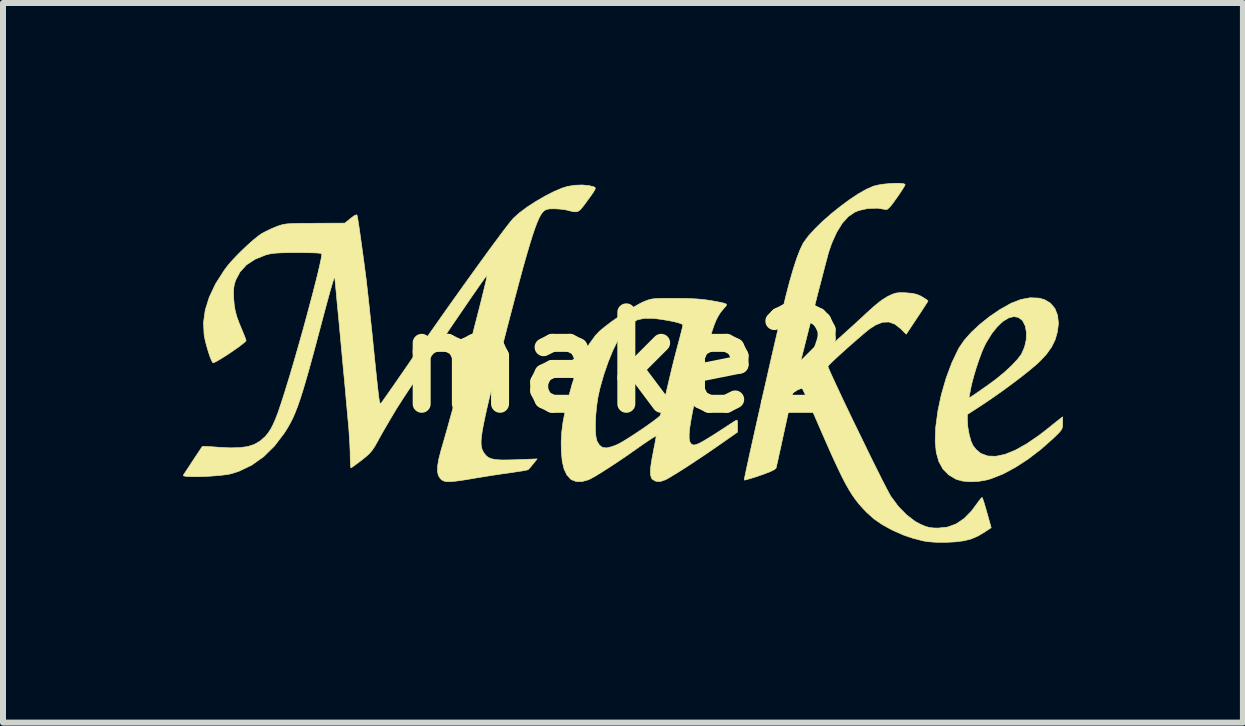
<source format=kicad_pcb>
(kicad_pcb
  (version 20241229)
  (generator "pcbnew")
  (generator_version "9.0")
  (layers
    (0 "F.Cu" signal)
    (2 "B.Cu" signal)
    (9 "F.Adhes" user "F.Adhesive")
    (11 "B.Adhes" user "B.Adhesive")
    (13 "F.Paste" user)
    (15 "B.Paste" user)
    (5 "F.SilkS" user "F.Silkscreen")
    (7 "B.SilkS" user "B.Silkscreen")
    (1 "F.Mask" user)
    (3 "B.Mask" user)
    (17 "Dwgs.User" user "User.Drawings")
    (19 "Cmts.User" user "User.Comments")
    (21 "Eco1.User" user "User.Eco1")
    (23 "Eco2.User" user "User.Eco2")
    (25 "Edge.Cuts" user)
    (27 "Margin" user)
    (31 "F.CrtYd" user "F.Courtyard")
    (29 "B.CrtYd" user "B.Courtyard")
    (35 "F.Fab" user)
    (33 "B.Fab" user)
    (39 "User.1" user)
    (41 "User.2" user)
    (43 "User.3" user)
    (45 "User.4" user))
  (footprint "make2"
    (layer "F.Cu")
    (at 7.317 2.991)
    (property "Reference" "make2" (at 0 0 0) (layer "F.SilkS") (effects (font (size 1.524 1.524) (thickness 0.3))))
    (attr through_hole)
    (fp_poly (pts (xy 6.949 -1.072) (xy 7.04 -1.048) (xy 7.141 -0.988) (xy 7.216 -0.899) (xy 7.261 -0.785) (xy 7.275 -0.65) (xy 7.259 -0.515) (xy 7.221 -0.38) (xy 7.161 -0.257) (xy 7.075 -0.137) (xy 6.966 -0.02) (xy 6.887 0.052) (xy 6.779 0.142) (xy 6.649 0.245) (xy 6.502 0.356) (xy 6.346 0.471) (xy 6.187 0.583) (xy 6.031 0.689) (xy 5.941 0.748) (xy 5.757 0.867) (xy 5.757 0.959) (xy 5.765 1.078) (xy 5.787 1.202) (xy 5.818 1.313) (xy 5.849 1.383) (xy 5.899 1.448) (xy 5.967 1.506) (xy 5.985 1.518) (xy 6.098 1.56) (xy 6.231 1.564) (xy 6.383 1.533) (xy 6.554 1.464) (xy 6.742 1.359) (xy 6.949 1.218) (xy 7.099 1.102) (xy 7.171 1.044) (xy 7.237 0.991) (xy 7.285 0.953) (xy 7.295 0.945) (xy 7.345 0.907) (xy 7.345 1.012) (xy 7.344 1.06) (xy 7.336 1.098) (xy 7.316 1.134) (xy 7.279 1.177) (xy 7.219 1.236) (xy 7.191 1.263) (xy 6.982 1.448) (xy 6.769 1.611) (xy 6.556 1.749) (xy 6.351 1.859) (xy 6.157 1.936) (xy 6.086 1.957) (xy 5.946 1.982) (xy 5.804 1.989) (xy 5.674 1.977) (xy 5.569 1.947) (xy 5.567 1.946) (xy 5.445 1.873) (xy 5.35 1.776) (xy 5.282 1.653) (xy 5.239 1.501) (xy 5.221 1.319) (xy 5.228 1.103) (xy 5.231 1.069) (xy 5.267 0.802) (xy 5.311 0.594) (xy 5.783 0.594) (xy 5.839 0.559) (xy 5.878 0.533) (xy 5.943 0.489) (xy 6.023 0.432) (xy 6.107 0.374) (xy 6.248 0.269) (xy 6.38 0.16) (xy 6.495 0.053) (xy 6.588 -0.045) (xy 6.652 -0.128) (xy 6.659 -0.139) (xy 6.71 -0.254) (xy 6.738 -0.377) (xy 6.742 -0.499) (xy 6.722 -0.609) (xy 6.678 -0.695) (xy 6.674 -0.7) (xy 6.608 -0.751) (xy 6.53 -0.764) (xy 6.444 -0.742) (xy 6.352 -0.686) (xy 6.259 -0.6) (xy 6.166 -0.484) (xy 6.078 -0.342) (xy 6.047 -0.285) (xy 6.003 -0.186) (xy 5.955 -0.058) (xy 5.907 0.084) (xy 5.864 0.227) (xy 5.829 0.359) (xy 5.814 0.43) (xy 5.783 0.594) (xy 5.311 0.594) (xy 5.326 0.528) (xy 5.404 0.259) (xy 5.499 0.005) (xy 5.606 -0.219) (xy 5.619 -0.243) (xy 5.705 -0.369) (xy 5.823 -0.502) (xy 5.967 -0.636) (xy 6.129 -0.765) (xy 6.301 -0.882) (xy 6.477 -0.981) (xy 6.49 -0.988) (xy 6.649 -1.049) (xy 6.804 -1.078) (xy 6.949 -1.072)) (stroke (width 0.01) (type solid)) (fill yes) (layer "F.SilkS"))
    (fp_poly (pts (xy 0.889 -1.068) (xy 1.081 -1.066) (xy 1.239 -1.059) (xy 1.371 -1.047) (xy 1.482 -1.031) (xy 1.596 -1.01) (xy 1.674 -0.994) (xy 1.721 -0.981) (xy 1.742 -0.968) (xy 1.741 -0.952) (xy 1.726 -0.931) (xy 1.709 -0.913) (xy 1.668 -0.865) (xy 1.63 -0.815) (xy 1.596 -0.758) (xy 1.563 -0.69) (xy 1.531 -0.608) (xy 1.497 -0.508) (xy 1.461 -0.386) (xy 1.422 -0.238) (xy 1.377 -0.059) (xy 1.327 0.153) (xy 1.273 0.381) (xy 1.221 0.613) (xy 1.179 0.807) (xy 1.149 0.967) (xy 1.129 1.094) (xy 1.12 1.194) (xy 1.12 1.267) (xy 1.129 1.317) (xy 1.143 1.344) (xy 1.16 1.362) (xy 1.18 1.374) (xy 1.206 1.376) (xy 1.241 1.368) (xy 1.289 1.348) (xy 1.354 1.313) (xy 1.439 1.262) (xy 1.548 1.194) (xy 1.684 1.106) (xy 1.852 0.996) (xy 1.879 0.979) (xy 1.907 0.962) (xy 1.921 0.966) (xy 1.926 0.998) (xy 1.926 1.055) (xy 1.926 1.162) (xy 1.582 1.402) (xy 1.425 1.51) (xy 1.267 1.616) (xy 1.117 1.715) (xy 0.979 1.804) (xy 0.859 1.878) (xy 0.765 1.934) (xy 0.724 1.956) (xy 0.641 1.984) (xy 0.566 1.981) (xy 0.509 1.95) (xy 0.492 1.926) (xy 0.478 1.882) (xy 0.474 1.818) (xy 0.481 1.73) (xy 0.499 1.612) (xy 0.528 1.459) (xy 0.531 1.442) (xy 0.549 1.355) (xy 0.562 1.283) (xy 0.57 1.237) (xy 0.572 1.226) (xy 0.555 1.232) (xy 0.51 1.258) (xy 0.442 1.303) (xy 0.356 1.361) (xy 0.28 1.414) (xy 0.114 1.531) (xy -0.046 1.64) (xy -0.194 1.738) (xy -0.325 1.822) (xy -0.434 1.889) (xy -0.518 1.936) (xy -0.558 1.956) (xy -0.664 1.985) (xy -0.762 1.985) (xy -0.841 1.955) (xy -0.852 1.948) (xy -0.918 1.876) (xy -0.965 1.777) (xy -0.996 1.646) (xy -1.011 1.479) (xy -1.011 1.478) (xy -1.013 1.319) (xy -1.004 1.162) (xy -0.985 1.011) (xy -0.443 1.011) (xy -0.442 1.136) (xy -0.434 1.238) (xy -0.417 1.31) (xy -0.414 1.316) (xy -0.373 1.382) (xy -0.322 1.418) (xy -0.254 1.425) (xy -0.164 1.403) (xy -0.085 1.372) (xy -0.031 1.345) (xy 0.046 1.3) (xy 0.137 1.243) (xy 0.238 1.177) (xy 0.34 1.109) (xy 0.437 1.041) (xy 0.523 0.98) (xy 0.589 0.929) (xy 0.63 0.894) (xy 0.638 0.883) (xy 0.649 0.851) (xy 0.668 0.784) (xy 0.692 0.69) (xy 0.719 0.577) (xy 0.749 0.45) (xy 0.752 0.438) (xy 0.788 0.283) (xy 0.828 0.115) (xy 0.869 -0.051) (xy 0.908 -0.2) (xy 0.93 -0.285) (xy 0.96 -0.396) (xy 0.985 -0.493) (xy 1.004 -0.569) (xy 1.014 -0.616) (xy 1.016 -0.626) (xy 0.996 -0.641) (xy 0.943 -0.66) (xy 0.864 -0.68) (xy 0.767 -0.699) (xy 0.66 -0.717) (xy 0.553 -0.731) (xy 0.522 -0.734) (xy 0.378 -0.736) (xy 0.26 -0.711) (xy 0.157 -0.656) (xy 0.085 -0.592) (xy 0.005 -0.492) (xy -0.076 -0.356) (xy -0.157 -0.189) (xy -0.234 0.003) (xy -0.306 0.213) (xy -0.369 0.437) (xy -0.373 0.455) (xy -0.401 0.585) (xy -0.422 0.726) (xy -0.436 0.871) (xy -0.443 1.011) (xy -0.985 1.011) (xy -0.983 0.997) (xy -0.947 0.813) (xy -0.906 0.635) (xy -0.828 0.352) (xy -0.741 0.099) (xy -0.647 -0.12) (xy -0.547 -0.304) (xy -0.442 -0.449) (xy -0.373 -0.521) (xy -0.284 -0.595) (xy -0.172 -0.68) (xy -0.047 -0.767) (xy 0.081 -0.852) (xy 0.202 -0.927) (xy 0.308 -0.986) (xy 0.369 -1.015) (xy 0.417 -1.034) (xy 0.46 -1.048) (xy 0.507 -1.058) (xy 0.565 -1.064) (xy 0.642 -1.067) (xy 0.746 -1.068) (xy 0.884 -1.068) (xy 0.889 -1.068)) (stroke (width 0.01) (type solid)) (fill yes) (layer "F.SilkS"))
    (fp_poly (pts (xy 4.63 -2.986) (xy 4.689 -2.98) (xy 4.719 -2.969) (xy 4.72 -2.965) (xy 4.709 -2.94) (xy 4.678 -2.889) (xy 4.632 -2.819) (xy 4.579 -2.742) (xy 4.509 -2.644) (xy 4.456 -2.581) (xy 4.42 -2.551) (xy 4.405 -2.548) (xy 4.256 -2.571) (xy 4.099 -2.566) (xy 3.95 -2.533) (xy 3.883 -2.506) (xy 3.773 -2.432) (xy 3.671 -2.319) (xy 3.578 -2.168) (xy 3.495 -1.984) (xy 3.45 -1.852) (xy 3.436 -1.805) (xy 3.415 -1.725) (xy 3.386 -1.617) (xy 3.352 -1.485) (xy 3.313 -1.335) (xy 3.27 -1.171) (xy 3.226 -0.997) (xy 3.181 -0.819) (xy 3.136 -0.642) (xy 3.092 -0.469) (xy 3.051 -0.306) (xy 3.014 -0.158) (xy 2.982 -0.029) (xy 2.956 0.077) (xy 2.938 0.153) (xy 2.929 0.196) (xy 2.928 0.204) (xy 2.944 0.192) (xy 2.988 0.155) (xy 3.055 0.098) (xy 3.141 0.023) (xy 3.241 -0.066) (xy 3.352 -0.165) (xy 3.469 -0.269) (xy 3.589 -0.377) (xy 3.706 -0.483) (xy 3.818 -0.584) (xy 3.919 -0.676) (xy 4.006 -0.756) (xy 4.074 -0.82) (xy 4.075 -0.821) (xy 4.212 -0.944) (xy 4.327 -1.036) (xy 4.424 -1.097) (xy 4.438 -1.104) (xy 4.51 -1.138) (xy 4.568 -1.156) (xy 4.627 -1.163) (xy 4.706 -1.162) (xy 4.738 -1.16) (xy 4.84 -1.151) (xy 4.916 -1.134) (xy 4.982 -1.105) (xy 5.003 -1.093) (xy 5.058 -1.059) (xy 5.093 -1.034) (xy 5.101 -1.026) (xy 5.09 -1.005) (xy 5.059 -0.957) (xy 5.013 -0.885) (xy 4.955 -0.797) (xy 4.919 -0.743) (xy 4.738 -0.47) (xy 4.646 -0.562) (xy 4.549 -0.638) (xy 4.45 -0.674) (xy 4.344 -0.67) (xy 4.23 -0.625) (xy 4.134 -0.564) (xy 4.082 -0.523) (xy 4.011 -0.464) (xy 3.927 -0.391) (xy 3.834 -0.311) (xy 3.74 -0.227) (xy 3.649 -0.145) (xy 3.567 -0.07) (xy 3.5 -0.007) (xy 3.454 0.039) (xy 3.433 0.063) (xy 3.433 0.064) (xy 3.44 0.087) (xy 3.464 0.145) (xy 3.503 0.231) (xy 3.555 0.344) (xy 3.617 0.477) (xy 3.688 0.628) (xy 3.766 0.791) (xy 3.848 0.963) (xy 3.934 1.139) (xy 4.02 1.316) (xy 4.104 1.489) (xy 4.185 1.654) (xy 4.261 1.806) (xy 4.329 1.943) (xy 4.388 2.058) (xy 4.436 2.149) (xy 4.469 2.211) (xy 4.481 2.231) (xy 4.606 2.4) (xy 4.744 2.541) (xy 4.888 2.651) (xy 4.968 2.694) (xy 5.055 2.732) (xy 5.126 2.752) (xy 5.205 2.76) (xy 5.271 2.761) (xy 5.428 2.744) (xy 5.57 2.692) (xy 5.701 2.604) (xy 5.825 2.478) (xy 5.91 2.364) (xy 5.953 2.305) (xy 5.986 2.264) (xy 6.004 2.251) (xy 6.005 2.251) (xy 6.014 2.275) (xy 6.033 2.331) (xy 6.057 2.411) (xy 6.084 2.507) (xy 6.085 2.508) (xy 6.154 2.755) (xy 6.045 2.827) (xy 5.932 2.894) (xy 5.82 2.942) (xy 5.697 2.973) (xy 5.553 2.991) (xy 5.419 2.998) (xy 5.24 2.998) (xy 5.099 2.988) (xy 5.019 2.974) (xy 4.848 2.93) (xy 4.697 2.879) (xy 4.544 2.812) (xy 4.501 2.792) (xy 4.337 2.702) (xy 4.2 2.608) (xy 4.076 2.496) (xy 4.004 2.42) (xy 3.947 2.355) (xy 3.894 2.287) (xy 3.841 2.213) (xy 3.788 2.128) (xy 3.732 2.03) (xy 3.672 1.915) (xy 3.606 1.778) (xy 3.531 1.618) (xy 3.446 1.429) (xy 3.349 1.209) (xy 3.238 0.954) (xy 3.224 0.921) (xy 3.167 0.79) (xy 3.115 0.671) (xy 3.071 0.571) (xy 3.036 0.496) (xy 3.014 0.45) (xy 3.007 0.438) (xy 2.98 0.437) (xy 2.934 0.455) (xy 2.917 0.464) (xy 2.844 0.508) (xy 2.711 1.116) (xy 2.677 1.272) (xy 2.646 1.416) (xy 2.618 1.542) (xy 2.596 1.644) (xy 2.579 1.717) (xy 2.57 1.756) (xy 2.569 1.76) (xy 2.544 1.784) (xy 2.478 1.817) (xy 2.374 1.858) (xy 2.304 1.882) (xy 2.207 1.915) (xy 2.125 1.94) (xy 2.067 1.956) (xy 2.039 1.961) (xy 2.038 1.961) (xy 2.041 1.939) (xy 2.053 1.88) (xy 2.072 1.788) (xy 2.099 1.665) (xy 2.131 1.517) (xy 2.169 1.347) (xy 2.211 1.159) (xy 2.256 0.957) (xy 2.304 0.745) (xy 2.353 0.525) (xy 2.404 0.304) (xy 2.454 0.083) (xy 2.503 -0.132) (xy 2.551 -0.339) (xy 2.596 -0.533) (xy 2.637 -0.71) (xy 2.674 -0.867) (xy 2.706 -0.999) (xy 2.731 -1.103) (xy 2.731 -1.105) (xy 2.795 -1.35) (xy 2.857 -1.563) (xy 2.915 -1.741) (xy 2.97 -1.882) (xy 3.019 -1.984) (xy 3.029 -2) (xy 3.107 -2.106) (xy 3.214 -2.224) (xy 3.342 -2.349) (xy 3.485 -2.475) (xy 3.636 -2.596) (xy 3.788 -2.709) (xy 3.934 -2.806) (xy 4.068 -2.883) (xy 4.183 -2.934) (xy 4.203 -2.941) (xy 4.275 -2.958) (xy 4.363 -2.972) (xy 4.458 -2.981) (xy 4.55 -2.986) (xy 4.63 -2.986)) (stroke (width 0.01) (type solid)) (fill yes) (layer "F.SilkS"))
    (fp_poly (pts (xy -0.542 -2.946) (xy -0.47 -2.927) (xy -0.451 -2.918) (xy -0.444 -2.904) (xy -0.451 -2.881) (xy -0.475 -2.84) (xy -0.519 -2.776) (xy -0.572 -2.704) (xy -0.636 -2.616) (xy -0.684 -2.557) (xy -0.723 -2.523) (xy -0.764 -2.51) (xy -0.814 -2.514) (xy -0.885 -2.53) (xy -0.931 -2.542) (xy -0.994 -2.552) (xy -1.077 -2.559) (xy -1.137 -2.561) (xy -1.213 -2.559) (xy -1.262 -2.549) (xy -1.298 -2.527) (xy -1.322 -2.503) (xy -1.349 -2.467) (xy -1.379 -2.412) (xy -1.412 -2.338) (xy -1.449 -2.241) (xy -1.49 -2.12) (xy -1.536 -1.972) (xy -1.588 -1.796) (xy -1.647 -1.589) (xy -1.712 -1.349) (xy -1.785 -1.074) (xy -1.867 -0.762) (xy -1.949 -0.445) (xy -2.029 -0.131) (xy -2.099 0.145) (xy -2.159 0.385) (xy -2.21 0.592) (xy -2.252 0.769) (xy -2.285 0.92) (xy -2.311 1.046) (xy -2.33 1.15) (xy -2.342 1.236) (xy -2.348 1.305) (xy -2.348 1.362) (xy -2.342 1.407) (xy -2.333 1.445) (xy -2.318 1.478) (xy -2.307 1.499) (xy -2.272 1.546) (xy -2.232 1.581) (xy -2.178 1.605) (xy -2.106 1.62) (xy -2.008 1.626) (xy -1.88 1.625) (xy -1.76 1.622) (xy -1.414 1.608) (xy -1.481 1.692) (xy -1.523 1.743) (xy -1.556 1.779) (xy -1.566 1.789) (xy -1.593 1.795) (xy -1.653 1.807) (xy -1.739 1.82) (xy -1.843 1.836) (xy -1.877 1.841) (xy -2.014 1.86) (xy -2.173 1.884) (xy -2.335 1.91) (xy -2.482 1.934) (xy -2.49 1.936) (xy -2.644 1.961) (xy -2.762 1.978) (xy -2.85 1.986) (xy -2.915 1.987) (xy -2.961 1.979) (xy -2.996 1.963) (xy -3.025 1.939) (xy -3.028 1.935) (xy -3.06 1.885) (xy -3.075 1.818) (xy -3.073 1.729) (xy -3.054 1.613) (xy -3.016 1.466) (xy -2.999 1.408) (xy -2.963 1.283) (xy -2.92 1.133) (xy -2.873 0.963) (xy -2.821 0.776) (xy -2.767 0.575) (xy -2.71 0.365) (xy -2.653 0.15) (xy -2.596 -0.066) (xy -2.539 -0.281) (xy -2.485 -0.488) (xy -2.434 -0.686) (xy -2.387 -0.869) (xy -2.345 -1.034) (xy -2.31 -1.177) (xy -2.281 -1.295) (xy -2.261 -1.382) (xy -2.251 -1.436) (xy -2.249 -1.452) (xy -2.263 -1.437) (xy -2.297 -1.391) (xy -2.351 -1.316) (xy -2.42 -1.216) (xy -2.504 -1.096) (xy -2.598 -0.958) (xy -2.702 -0.806) (xy -2.813 -0.644) (xy -2.928 -0.474) (xy -3.045 -0.302) (xy -3.162 -0.129) (xy -3.275 0.04) (xy -3.383 0.202) (xy -3.484 0.353) (xy -3.575 0.489) (xy -3.653 0.608) (xy -3.716 0.706) (xy -3.762 0.778) (xy -3.771 0.794) (xy -3.843 0.914) (xy -3.918 1.042) (xy -3.988 1.163) (xy -4.046 1.266) (xy -4.061 1.294) (xy -4.115 1.391) (xy -4.161 1.461) (xy -4.209 1.518) (xy -4.269 1.572) (xy -4.338 1.628) (xy -4.41 1.682) (xy -4.469 1.725) (xy -4.507 1.752) (xy -4.517 1.757) (xy -4.523 1.737) (xy -4.527 1.685) (xy -4.529 1.61) (xy -4.53 1.58) (xy -4.531 1.486) (xy -4.536 1.367) (xy -4.544 1.237) (xy -4.551 1.13) (xy -4.556 1.07) (xy -4.565 0.975) (xy -4.576 0.85) (xy -4.59 0.699) (xy -4.605 0.528) (xy -4.622 0.34) (xy -4.641 0.142) (xy -4.66 -0.064) (xy -4.679 -0.27) (xy -4.698 -0.475) (xy -4.716 -0.671) (xy -4.734 -0.855) (xy -4.75 -1.021) (xy -4.763 -1.166) (xy -4.775 -1.284) (xy -4.783 -1.371) (xy -4.788 -1.421) (xy -4.789 -1.428) (xy -4.795 -1.417) (xy -4.811 -1.369) (xy -4.835 -1.289) (xy -4.867 -1.179) (xy -4.904 -1.045) (xy -4.946 -0.889) (xy -4.992 -0.717) (xy -5.014 -0.634) (xy -5.091 -0.344) (xy -5.159 -0.091) (xy -5.219 0.127) (xy -5.273 0.315) (xy -5.321 0.476) (xy -5.365 0.614) (xy -5.406 0.732) (xy -5.446 0.834) (xy -5.484 0.923) (xy -5.524 1.002) (xy -5.565 1.076) (xy -5.61 1.149) (xy -5.628 1.177) (xy -5.791 1.392) (xy -5.973 1.571) (xy -6.172 1.712) (xy -6.387 1.815) (xy -6.509 1.854) (xy -6.576 1.868) (xy -6.666 1.879) (xy -6.771 1.889) (xy -6.883 1.897) (xy -6.996 1.902) (xy -7.102 1.904) (xy -7.194 1.903) (xy -7.264 1.899) (xy -7.305 1.891) (xy -7.312 1.881) (xy -7.295 1.855) (xy -7.261 1.803) (xy -7.215 1.733) (xy -7.163 1.654) (xy -7.11 1.573) (xy -7.061 1.5) (xy -7.022 1.441) (xy -6.998 1.406) (xy -6.994 1.4) (xy -6.972 1.399) (xy -6.916 1.401) (xy -6.834 1.406) (xy -6.735 1.413) (xy -6.727 1.414) (xy -6.53 1.424) (xy -6.367 1.42) (xy -6.233 1.401) (xy -6.122 1.364) (xy -6.028 1.308) (xy -5.944 1.233) (xy -5.938 1.226) (xy -5.895 1.173) (xy -5.854 1.111) (xy -5.815 1.035) (xy -5.773 0.94) (xy -5.728 0.821) (xy -5.678 0.672) (xy -5.619 0.489) (xy -5.602 0.432) (xy -5.546 0.251) (xy -5.488 0.056) (xy -5.429 -0.147) (xy -5.37 -0.355) (xy -5.311 -0.564) (xy -5.255 -0.77) (xy -5.202 -0.969) (xy -5.152 -1.156) (xy -5.108 -1.328) (xy -5.07 -1.48) (xy -5.04 -1.609) (xy -5.018 -1.71) (xy -5.005 -1.78) (xy -5.004 -1.813) (xy -5.005 -1.815) (xy -5.03 -1.82) (xy -5.09 -1.825) (xy -5.179 -1.828) (xy -5.29 -1.83) (xy -5.415 -1.831) (xy -5.566 -1.83) (xy -5.682 -1.827) (xy -5.772 -1.822) (xy -5.842 -1.814) (xy -5.901 -1.802) (xy -5.937 -1.792) (xy -6.114 -1.721) (xy -6.258 -1.627) (xy -6.366 -1.509) (xy -6.437 -1.376) (xy -6.46 -1.307) (xy -6.471 -1.24) (xy -6.475 -1.159) (xy -6.472 -1.069) (xy -6.463 -0.961) (xy -6.447 -0.864) (xy -6.421 -0.765) (xy -6.38 -0.654) (xy -6.327 -0.526) (xy -6.297 -0.454) (xy -6.275 -0.397) (xy -6.265 -0.366) (xy -6.265 -0.365) (xy -6.282 -0.343) (xy -6.327 -0.306) (xy -6.392 -0.256) (xy -6.471 -0.201) (xy -6.556 -0.143) (xy -6.64 -0.089) (xy -6.715 -0.043) (xy -6.775 -0.009) (xy -6.812 0.006) (xy -6.819 0.005) (xy -6.841 -0.032) (xy -6.869 -0.101) (xy -6.898 -0.19) (xy -6.927 -0.289) (xy -6.951 -0.387) (xy -6.965 -0.464) (xy -6.975 -0.664) (xy -6.946 -0.873) (xy -6.878 -1.09) (xy -6.773 -1.311) (xy -6.631 -1.533) (xy -6.581 -1.601) (xy -6.515 -1.68) (xy -6.429 -1.771) (xy -6.333 -1.868) (xy -6.233 -1.962) (xy -6.138 -2.046) (xy -6.056 -2.112) (xy -6.003 -2.148) (xy -5.926 -2.189) (xy -5.833 -2.233) (xy -5.76 -2.263) (xy -5.714 -2.28) (xy -5.672 -2.293) (xy -5.627 -2.303) (xy -5.574 -2.31) (xy -5.504 -2.314) (xy -5.413 -2.317) (xy -5.293 -2.319) (xy -5.138 -2.319) (xy -5.119 -2.32) (xy -4.619 -2.322) (xy -4.522 -2.401) (xy -4.462 -2.446) (xy -4.427 -2.461) (xy -4.415 -2.452) (xy -4.409 -2.422) (xy -4.398 -2.356) (xy -4.383 -2.261) (xy -4.366 -2.142) (xy -4.347 -2.007) (xy -4.327 -1.861) (xy -4.306 -1.711) (xy -4.287 -1.564) (xy -4.269 -1.424) (xy -4.266 -1.408) (xy -4.257 -1.328) (xy -4.244 -1.213) (xy -4.228 -1.069) (xy -4.21 -0.903) (xy -4.191 -0.72) (xy -4.17 -0.527) (xy -4.15 -0.331) (xy -4.149 -0.318) (xy -4.125 -0.083) (xy -4.105 0.112) (xy -4.088 0.273) (xy -4.074 0.401) (xy -4.063 0.5) (xy -4.054 0.574) (xy -4.046 0.627) (xy -4.039 0.66) (xy -4.033 0.679) (xy -4.027 0.686) (xy -4.021 0.684) (xy -4.014 0.677) (xy -4.011 0.674) (xy -3.994 0.651) (xy -3.955 0.596) (xy -3.898 0.515) (xy -3.825 0.411) (xy -3.74 0.288) (xy -3.645 0.151) (xy -3.543 0.003) (xy -3.534 -0.011) (xy -3.395 -0.212) (xy -3.25 -0.421) (xy -3.1 -0.634) (xy -2.948 -0.85) (xy -2.796 -1.064) (xy -2.647 -1.273) (xy -2.502 -1.475) (xy -2.365 -1.665) (xy -2.237 -1.841) (xy -2.121 -1.999) (xy -2.019 -2.136) (xy -1.933 -2.25) (xy -1.866 -2.336) (xy -1.819 -2.392) (xy -1.808 -2.404) (xy -1.709 -2.493) (xy -1.582 -2.588) (xy -1.436 -2.683) (xy -1.282 -2.772) (xy -1.132 -2.849) (xy -0.994 -2.907) (xy -0.91 -2.933) (xy -0.79 -2.953) (xy -0.661 -2.958) (xy -0.542 -2.946)) (stroke (width 0.01) (type solid)) (fill yes) (layer "F.SilkS")))
  (gr_rect
    (start -3 -3)
    (end 17.667 8.994)
    (stroke (width 0.1) (type default))
    (fill no)
    (layer "Edge.Cuts")))
</source>
